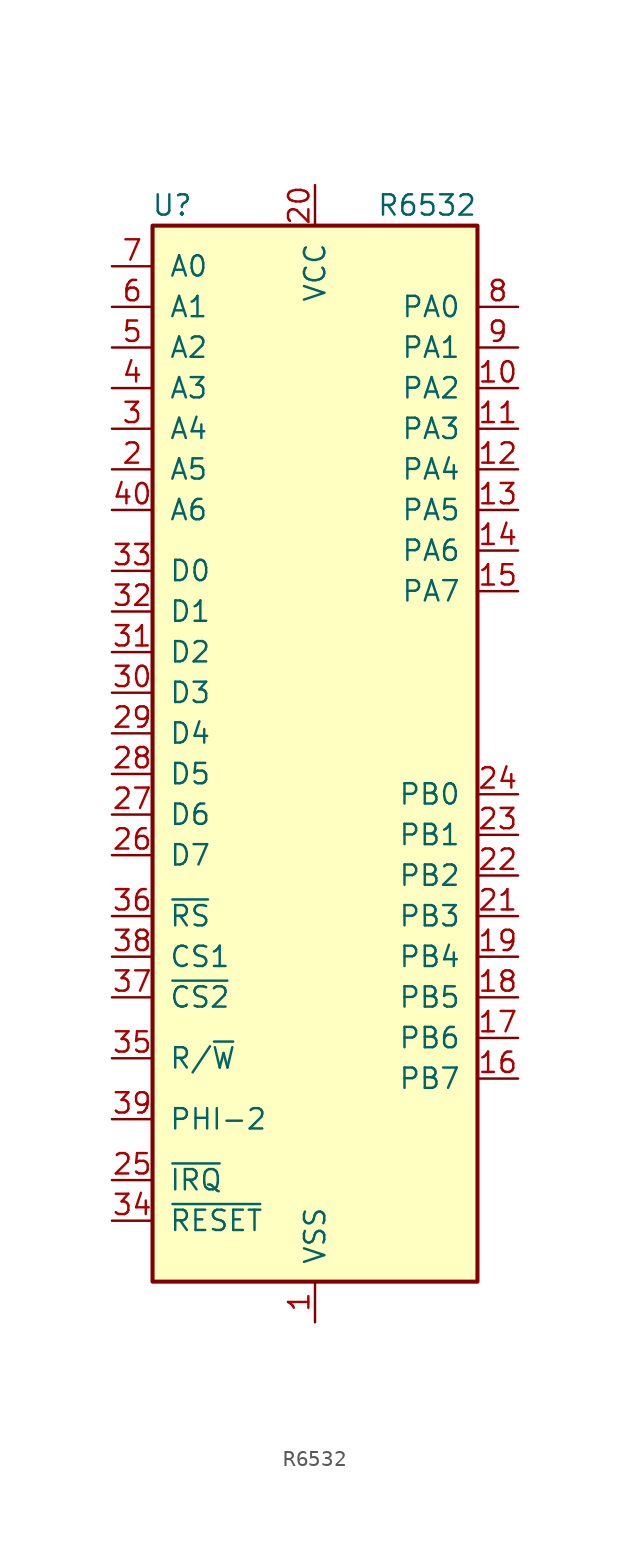
<source format=kicad_sym>
(kicad_symbol_lib
  (version 20220914)
  (generator kicad_symbol_editor)
  (symbol "R6532"
    (pin_names
      (offset 1.016))
    (property "Reference" "U"
      (at -7.62 34.29 0)
      (effects (font (size 1.27 1.27)) (justify right)))
    (property "Value" "R6532"
      (at 10.16 34.29 0)
      (effects (font (size 1.27 1.27)) (justify right)))
    (symbol "R6532_0_1"
      (rectangle (start -10.16 33.02) (end 10.16 -33.02) (stroke (width 0.254) (type default)) (fill (type background))))
    (symbol "R6532_1_1"
      (pin power_in line (at 0 -35.56 90) (length 2.54) (name "VSS" (effects (font (size 1.27 1.27)))) (number "1" (effects (font (size 1.27 1.27)))))
      (pin bidirectional line (at 12.7 22.86 180) (length 2.54) (name "PA2" (effects (font (size 1.27 1.27)))) (number "10" (effects (font (size 1.27 1.27)))))
      (pin bidirectional line (at 12.7 20.32 180) (length 2.54) (name "PA3" (effects (font (size 1.27 1.27)))) (number "11" (effects (font (size 1.27 1.27)))))
      (pin bidirectional line (at 12.7 17.78 180) (length 2.54) (name "PA4" (effects (font (size 1.27 1.27)))) (number "12" (effects (font (size 1.27 1.27)))))
      (pin bidirectional line (at 12.7 15.24 180) (length 2.54) (name "PA5" (effects (font (size 1.27 1.27)))) (number "13" (effects (font (size 1.27 1.27)))))
      (pin bidirectional line (at 12.7 12.7 180) (length 2.54) (name "PA6" (effects (font (size 1.27 1.27)))) (number "14" (effects (font (size 1.27 1.27)))))
      (pin bidirectional line (at 12.7 10.16 180) (length 2.54) (name "PA7" (effects (font (size 1.27 1.27)))) (number "15" (effects (font (size 1.27 1.27)))))
      (pin bidirectional line (at 12.7 -20.32 180) (length 2.54) (name "PB7" (effects (font (size 1.27 1.27)))) (number "16" (effects (font (size 1.27 1.27)))))
      (pin bidirectional line (at 12.7 -17.78 180) (length 2.54) (name "PB6" (effects (font (size 1.27 1.27)))) (number "17" (effects (font (size 1.27 1.27)))))
      (pin bidirectional line (at 12.7 -15.24 180) (length 2.54) (name "PB5" (effects (font (size 1.27 1.27)))) (number "18" (effects (font (size 1.27 1.27)))))
      (pin bidirectional line (at 12.7 -12.7 180) (length 2.54) (name "PB4" (effects (font (size 1.27 1.27)))) (number "19" (effects (font (size 1.27 1.27)))))
      (pin bidirectional line (at -12.7 17.78 0) (length 2.54) (name "A5" (effects (font (size 1.27 1.27)))) (number "2" (effects (font (size 1.27 1.27)))))
      (pin power_in line (at 0 35.56 270) (length 2.54) (name "VCC" (effects (font (size 1.27 1.27)))) (number "20" (effects (font (size 1.27 1.27)))))
      (pin bidirectional line (at 12.7 -10.16 180) (length 2.54) (name "PB3" (effects (font (size 1.27 1.27)))) (number "21" (effects (font (size 1.27 1.27)))))
      (pin bidirectional line (at 12.7 -7.62 180) (length 2.54) (name "PB2" (effects (font (size 1.27 1.27)))) (number "22" (effects (font (size 1.27 1.27)))))
      (pin bidirectional line (at 12.7 -5.08 180) (length 2.54) (name "PB1" (effects (font (size 1.27 1.27)))) (number "23" (effects (font (size 1.27 1.27)))))
      (pin bidirectional line (at 12.7 -2.54 180) (length 2.54) (name "PB0" (effects (font (size 1.27 1.27)))) (number "24" (effects (font (size 1.27 1.27)))))
      (pin open_collector line (at -12.7 -26.67 0) (length 2.54) (name "~{IRQ}" (effects (font (size 1.27 1.27)))) (number "25" (effects (font (size 1.27 1.27)))))
      (pin bidirectional line (at -12.7 -6.35 0) (length 2.54) (name "D7" (effects (font (size 1.27 1.27)))) (number "26" (effects (font (size 1.27 1.27)))))
      (pin bidirectional line (at -12.7 -3.81 0) (length 2.54) (name "D6" (effects (font (size 1.27 1.27)))) (number "27" (effects (font (size 1.27 1.27)))))
      (pin bidirectional line (at -12.7 -1.27 0) (length 2.54) (name "D5" (effects (font (size 1.27 1.27)))) (number "28" (effects (font (size 1.27 1.27)))))
      (pin bidirectional line (at -12.7 1.27 0) (length 2.54) (name "D4" (effects (font (size 1.27 1.27)))) (number "29" (effects (font (size 1.27 1.27)))))
      (pin bidirectional line (at -12.7 20.32 0) (length 2.54) (name "A4" (effects (font (size 1.27 1.27)))) (number "3" (effects (font (size 1.27 1.27)))))
      (pin bidirectional line (at -12.7 3.81 0) (length 2.54) (name "D3" (effects (font (size 1.27 1.27)))) (number "30" (effects (font (size 1.27 1.27)))))
      (pin bidirectional line (at -12.7 6.35 0) (length 2.54) (name "D2" (effects (font (size 1.27 1.27)))) (number "31" (effects (font (size 1.27 1.27)))))
      (pin bidirectional line (at -12.7 8.89 0) (length 2.54) (name "D1" (effects (font (size 1.27 1.27)))) (number "32" (effects (font (size 1.27 1.27)))))
      (pin bidirectional line (at -12.7 11.43 0) (length 2.54) (name "D0" (effects (font (size 1.27 1.27)))) (number "33" (effects (font (size 1.27 1.27)))))
      (pin input line (at -12.7 -29.21 0) (length 2.54) (name "~{RESET}" (effects (font (size 1.27 1.27)))) (number "34" (effects (font (size 1.27 1.27)))))
      (pin input line (at -12.7 -19.05 0) (length 2.54) (name "R/~{W}" (effects (font (size 1.27 1.27)))) (number "35" (effects (font (size 1.27 1.27)))))
      (pin input line (at -12.7 -10.16 0) (length 2.54) (name "~{RS}" (effects (font (size 1.27 1.27)))) (number "36" (effects (font (size 1.27 1.27)))))
      (pin input line (at -12.7 -15.24 0) (length 2.54) (name "~{CS2}" (effects (font (size 1.27 1.27)))) (number "37" (effects (font (size 1.27 1.27)))))
      (pin input line (at -12.7 -12.7 0) (length 2.54) (name "CS1" (effects (font (size 1.27 1.27)))) (number "38" (effects (font (size 1.27 1.27)))))
      (pin input line (at -12.7 -22.86 0) (length 2.54) (name "PHI-2" (effects (font (size 1.27 1.27)))) (number "39" (effects (font (size 1.27 1.27)))))
      (pin bidirectional line (at -12.7 22.86 0) (length 2.54) (name "A3" (effects (font (size 1.27 1.27)))) (number "4" (effects (font (size 1.27 1.27)))))
      (pin bidirectional line (at -12.7 15.24 0) (length 2.54) (name "A6" (effects (font (size 1.27 1.27)))) (number "40" (effects (font (size 1.27 1.27)))))
      (pin bidirectional line (at -12.7 25.4 0) (length 2.54) (name "A2" (effects (font (size 1.27 1.27)))) (number "5" (effects (font (size 1.27 1.27)))))
      (pin bidirectional line (at -12.7 27.94 0) (length 2.54) (name "A1" (effects (font (size 1.27 1.27)))) (number "6" (effects (font (size 1.27 1.27)))))
      (pin bidirectional line (at -12.7 30.48 0) (length 2.54) (name "A0" (effects (font (size 1.27 1.27)))) (number "7" (effects (font (size 1.27 1.27)))))
      (pin bidirectional line (at 12.7 27.94 180) (length 2.54) (name "PA0" (effects (font (size 1.27 1.27)))) (number "8" (effects (font (size 1.27 1.27)))))
      (pin bidirectional line (at 12.7 25.4 180) (length 2.54) (name "PA1" (effects (font (size 1.27 1.27)))) (number "9" (effects (font (size 1.27 1.27))))))))
</source>
